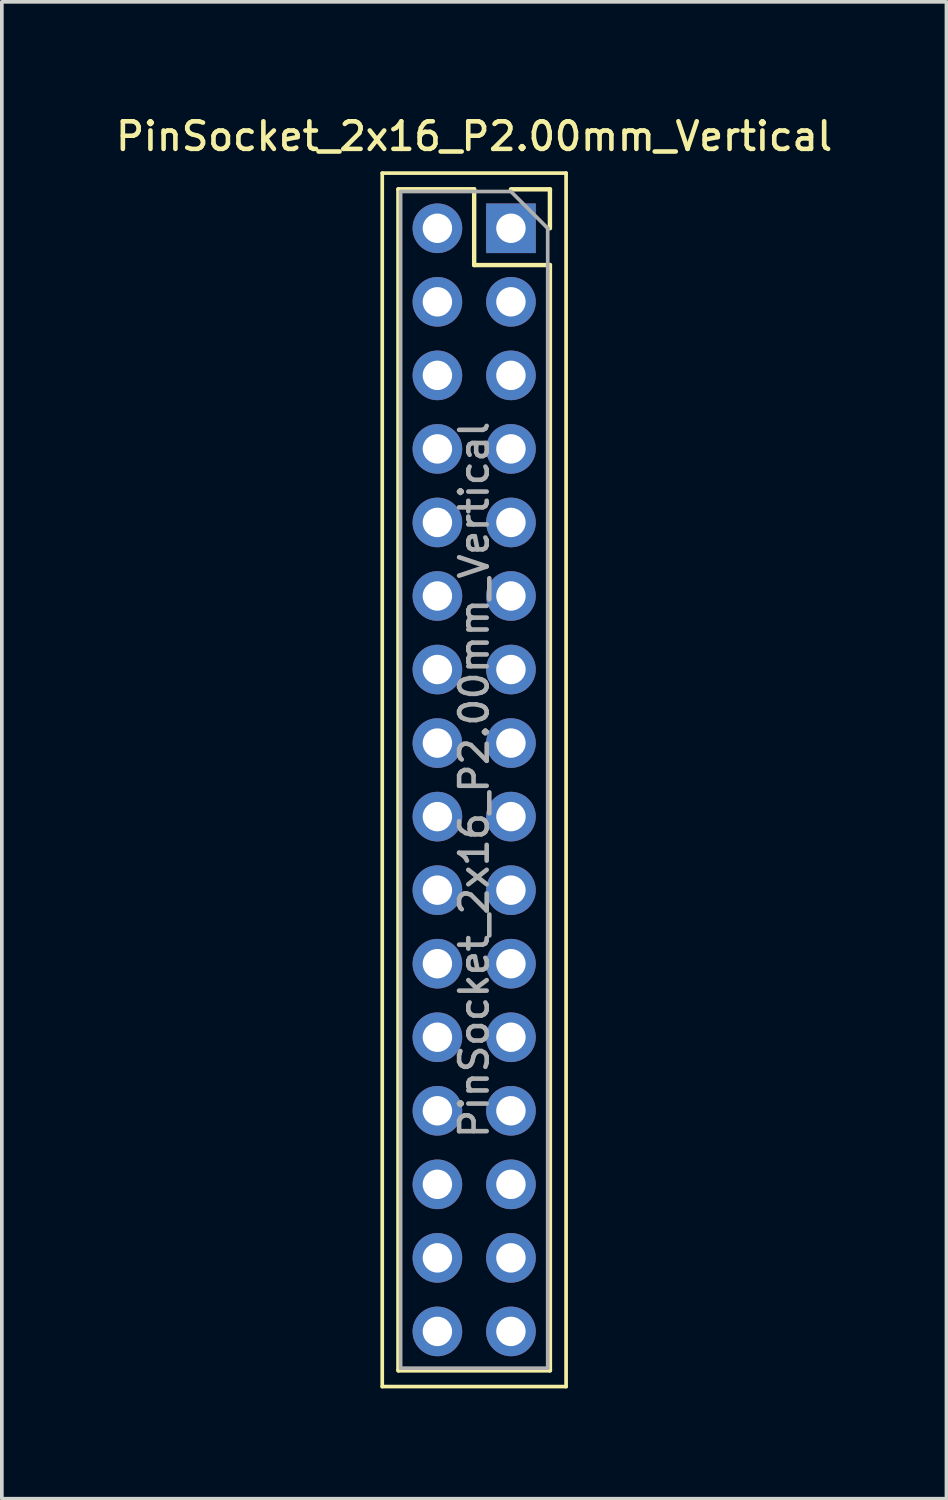
<source format=kicad_pcb>
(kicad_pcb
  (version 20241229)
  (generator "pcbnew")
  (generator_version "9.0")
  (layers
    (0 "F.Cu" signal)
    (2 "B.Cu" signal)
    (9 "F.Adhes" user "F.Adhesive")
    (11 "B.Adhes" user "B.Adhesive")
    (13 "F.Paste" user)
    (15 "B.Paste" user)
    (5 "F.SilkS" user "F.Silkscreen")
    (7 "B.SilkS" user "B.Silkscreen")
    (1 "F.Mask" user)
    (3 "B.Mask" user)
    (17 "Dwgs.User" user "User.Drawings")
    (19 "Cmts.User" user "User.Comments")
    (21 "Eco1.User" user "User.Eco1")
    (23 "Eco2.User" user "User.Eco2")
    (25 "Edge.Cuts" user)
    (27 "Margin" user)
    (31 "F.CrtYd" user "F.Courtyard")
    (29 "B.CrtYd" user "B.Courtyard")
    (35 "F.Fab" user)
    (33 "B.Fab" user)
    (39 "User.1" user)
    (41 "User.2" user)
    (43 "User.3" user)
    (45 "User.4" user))
  (footprint "PinSocket_2x16_P2.00mm_Vertical"
    (layer "F.Cu")
    (at 10.845 3.158)
    (property "Reference" "PinSocket_2x16_P2.00mm_Vertical" (at -1 -2.5 0) (layer "F.SilkS") (effects (font (size 0.75 0.75) (thickness 0.125))))
    (attr through_hole)
    (fp_line (start -3.5 -1.5) (end 1.5 -1.5) (stroke (width 0.1) (type solid)) (layer "F.SilkS"))
    (fp_line (start -3.5 31.5) (end -3.5 -1.5) (stroke (width 0.1) (type solid)) (layer "F.SilkS"))
    (fp_line (start -3.06 -1.06) (end -3.06 31.06) (stroke (width 0.12) (type solid)) (layer "F.SilkS"))
    (fp_line (start -3.06 -1.06) (end -1 -1.06) (stroke (width 0.12) (type solid)) (layer "F.SilkS"))
    (fp_line (start -3.06 31.06) (end 1.06 31.06) (stroke (width 0.12) (type solid)) (layer "F.SilkS"))
    (fp_line (start -1 -1.06) (end -1 1) (stroke (width 0.12) (type solid)) (layer "F.SilkS"))
    (fp_line (start -1 1) (end 1.06 1) (stroke (width 0.12) (type solid)) (layer "F.SilkS"))
    (fp_line (start 0 -1.06) (end 1.06 -1.06) (stroke (width 0.12) (type solid)) (layer "F.SilkS"))
    (fp_line (start 1.06 -1.06) (end 1.06 0) (stroke (width 0.12) (type solid)) (layer "F.SilkS"))
    (fp_line (start 1.06 1) (end 1.06 31.06) (stroke (width 0.12) (type solid)) (layer "F.SilkS"))
    (fp_line (start 1.5 -1.5) (end 1.5 31.5) (stroke (width 0.1) (type solid)) (layer "F.SilkS"))
    (fp_line (start 1.5 31.5) (end -3.5 31.5) (stroke (width 0.1) (type solid)) (layer "F.SilkS"))
    (fp_line (start -3 -1) (end 0 -1) (stroke (width 0.1) (type solid)) (layer "F.Fab"))
    (fp_line (start -3 31) (end -3 -1) (stroke (width 0.1) (type solid)) (layer "F.Fab"))
    (fp_line (start 0 -1) (end 1 0) (stroke (width 0.1) (type solid)) (layer "F.Fab"))
    (fp_line (start 1 0) (end 1 31) (stroke (width 0.1) (type solid)) (layer "F.Fab"))
    (fp_line (start 1 31) (end -3 31) (stroke (width 0.1) (type solid)) (layer "F.Fab"))
    (fp_text user "${REFERENCE}" (at -1 15 90) (layer "F.Fab") (effects (font (size 0.75 0.75) (thickness 0.125))))
    (pad "1" thru_hole rect (at 0 0) (size 1.35 1.35) (drill 0.8) (layers "*.Cu" "*.Mask"))
    (pad "2" thru_hole oval (at -2 0) (size 1.35 1.35) (drill 0.8) (layers "*.Cu" "*.Mask"))
    (pad "3" thru_hole oval (at 0 2) (size 1.35 1.35) (drill 0.8) (layers "*.Cu" "*.Mask"))
    (pad "4" thru_hole oval (at -2 2) (size 1.35 1.35) (drill 0.8) (layers "*.Cu" "*.Mask"))
    (pad "5" thru_hole oval (at 0 4) (size 1.35 1.35) (drill 0.8) (layers "*.Cu" "*.Mask"))
    (pad "6" thru_hole oval (at -2 4) (size 1.35 1.35) (drill 0.8) (layers "*.Cu" "*.Mask"))
    (pad "7" thru_hole oval (at 0 6) (size 1.35 1.35) (drill 0.8) (layers "*.Cu" "*.Mask"))
    (pad "8" thru_hole oval (at -2 6) (size 1.35 1.35) (drill 0.8) (layers "*.Cu" "*.Mask"))
    (pad "9" thru_hole oval (at 0 8) (size 1.35 1.35) (drill 0.8) (layers "*.Cu" "*.Mask"))
    (pad "10" thru_hole oval (at -2 8) (size 1.35 1.35) (drill 0.8) (layers "*.Cu" "*.Mask"))
    (pad "11" thru_hole oval (at 0 10) (size 1.35 1.35) (drill 0.8) (layers "*.Cu" "*.Mask"))
    (pad "12" thru_hole oval (at -2 10) (size 1.35 1.35) (drill 0.8) (layers "*.Cu" "*.Mask"))
    (pad "13" thru_hole oval (at 0 12) (size 1.35 1.35) (drill 0.8) (layers "*.Cu" "*.Mask"))
    (pad "14" thru_hole oval (at -2 12) (size 1.35 1.35) (drill 0.8) (layers "*.Cu" "*.Mask"))
    (pad "15" thru_hole oval (at 0 14) (size 1.35 1.35) (drill 0.8) (layers "*.Cu" "*.Mask"))
    (pad "16" thru_hole oval (at -2 14) (size 1.35 1.35) (drill 0.8) (layers "*.Cu" "*.Mask"))
    (pad "17" thru_hole oval (at 0 16) (size 1.35 1.35) (drill 0.8) (layers "*.Cu" "*.Mask"))
    (pad "18" thru_hole oval (at -2 16) (size 1.35 1.35) (drill 0.8) (layers "*.Cu" "*.Mask"))
    (pad "19" thru_hole oval (at 0 18) (size 1.35 1.35) (drill 0.8) (layers "*.Cu" "*.Mask"))
    (pad "20" thru_hole oval (at -2 18) (size 1.35 1.35) (drill 0.8) (layers "*.Cu" "*.Mask"))
    (pad "21" thru_hole oval (at 0 20) (size 1.35 1.35) (drill 0.8) (layers "*.Cu" "*.Mask"))
    (pad "22" thru_hole oval (at -2 20) (size 1.35 1.35) (drill 0.8) (layers "*.Cu" "*.Mask"))
    (pad "23" thru_hole oval (at 0 22) (size 1.35 1.35) (drill 0.8) (layers "*.Cu" "*.Mask"))
    (pad "24" thru_hole oval (at -2 22) (size 1.35 1.35) (drill 0.8) (layers "*.Cu" "*.Mask"))
    (pad "25" thru_hole oval (at 0 24) (size 1.35 1.35) (drill 0.8) (layers "*.Cu" "*.Mask"))
    (pad "26" thru_hole oval (at -2 24) (size 1.35 1.35) (drill 0.8) (layers "*.Cu" "*.Mask"))
    (pad "27" thru_hole oval (at 0 26) (size 1.35 1.35) (drill 0.8) (layers "*.Cu" "*.Mask"))
    (pad "28" thru_hole oval (at -2 26) (size 1.35 1.35) (drill 0.8) (layers "*.Cu" "*.Mask"))
    (pad "29" thru_hole oval (at 0 28) (size 1.35 1.35) (drill 0.8) (layers "*.Cu" "*.Mask"))
    (pad "30" thru_hole oval (at -2 28) (size 1.35 1.35) (drill 0.8) (layers "*.Cu" "*.Mask"))
    (pad "31" thru_hole oval (at 0 30) (size 1.35 1.35) (drill 0.8) (layers "*.Cu" "*.Mask"))
    (pad "32" thru_hole oval (at -2 30) (size 1.35 1.35) (drill 0.8) (layers "*.Cu" "*.Mask")))
  (gr_rect
    (start -3 -3)
    (end 22.689 37.708)
    (stroke (width 0.1) (type default))
    (fill no)
    (layer "Edge.Cuts")))
</source>
